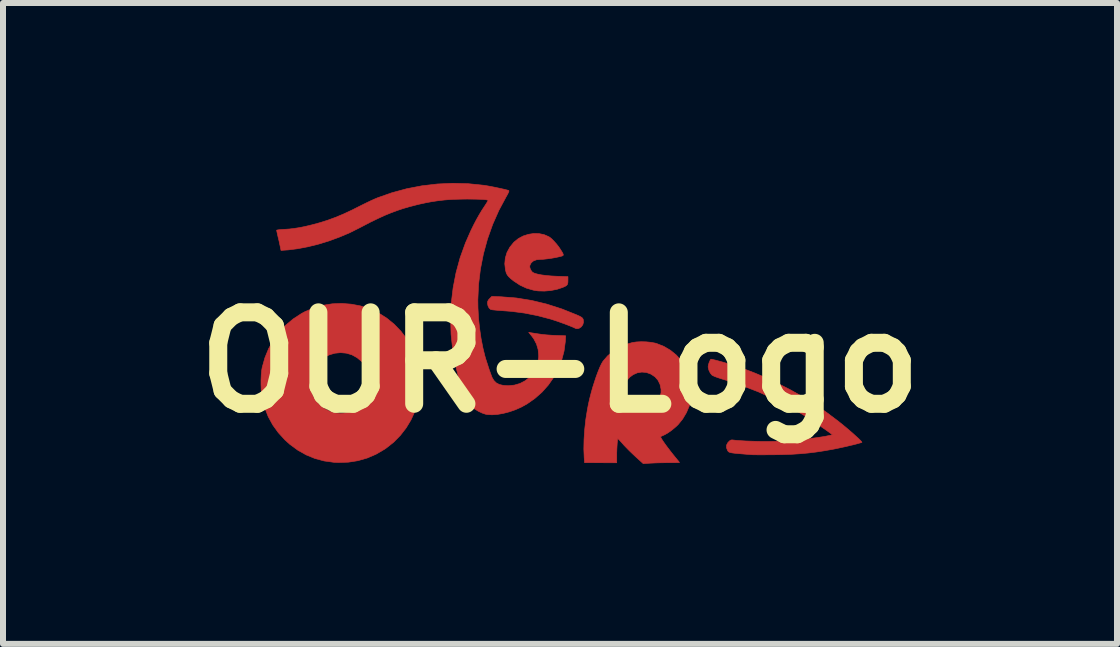
<source format=kicad_pcb>
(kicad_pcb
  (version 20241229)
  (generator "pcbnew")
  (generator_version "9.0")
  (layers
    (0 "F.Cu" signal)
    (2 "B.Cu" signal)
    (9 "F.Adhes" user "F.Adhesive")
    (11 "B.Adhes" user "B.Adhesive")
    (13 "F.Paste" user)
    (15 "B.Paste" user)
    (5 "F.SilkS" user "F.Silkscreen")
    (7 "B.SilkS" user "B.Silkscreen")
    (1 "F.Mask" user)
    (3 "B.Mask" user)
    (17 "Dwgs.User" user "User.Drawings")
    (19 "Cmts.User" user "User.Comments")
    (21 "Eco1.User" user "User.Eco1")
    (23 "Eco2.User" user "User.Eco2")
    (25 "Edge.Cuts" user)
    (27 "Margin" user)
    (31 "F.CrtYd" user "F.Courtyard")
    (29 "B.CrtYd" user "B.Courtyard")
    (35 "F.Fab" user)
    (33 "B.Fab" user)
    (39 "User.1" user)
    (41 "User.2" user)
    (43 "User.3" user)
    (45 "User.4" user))
  (footprint "OUR-Logo"
    (layer "F.Cu")
    (at 6.285 2.991)
    (property "Reference" "OUR-Logo" (at 0 0 0) (layer "F.SilkS") (effects (font (size 1.524 1.524) (thickness 0.3))))
    (attr through_hole)
    (fp_poly (pts (xy -0.982 -1.094) (xy -0.728 -1.074) (xy -0.474 -1.033) (xy -0.221 -0.972) (xy 0.031 -0.891) (xy 0.276 -0.793) (xy 0.321 -0.773) (xy 0.351 -0.757) (xy 0.369 -0.744) (xy 0.38 -0.73) (xy 0.387 -0.715) (xy 0.391 -0.671) (xy 0.38 -0.629) (xy 0.354 -0.593) (xy 0.318 -0.569) (xy 0.299 -0.564) (xy 0.273 -0.563) (xy 0.254 -0.569) (xy 0.233 -0.58) (xy 0.197 -0.595) (xy 0.148 -0.615) (xy 0.091 -0.637) (xy 0.03 -0.659) (xy -0.033 -0.682) (xy -0.093 -0.702) (xy -0.147 -0.719) (xy -0.152 -0.721) (xy -0.372 -0.779) (xy -0.589 -0.822) (xy -0.811 -0.851) (xy -0.969 -0.863) (xy -1.027 -0.867) (xy -1.079 -0.872) (xy -1.121 -0.876) (xy -1.149 -0.881) (xy -1.158 -0.884) (xy -1.183 -0.907) (xy -1.201 -0.943) (xy -1.209 -0.985) (xy -1.209 -0.991) (xy -1.205 -1.02) (xy -1.19 -1.046) (xy -1.173 -1.064) (xy -1.137 -1.1) (xy -0.982 -1.094)) (stroke (width 0.01) (type solid)) (fill yes) (layer "F.Cu"))
    (fp_poly (pts (xy -0.35 -2.147) (xy -0.266 -2.13) (xy -0.188 -2.096) (xy -0.17 -2.085) (xy -0.137 -2.058) (xy -0.099 -2.019) (xy -0.058 -1.973) (xy -0.019 -1.923) (xy 0.013 -1.874) (xy 0.017 -1.868) (xy 0.041 -1.829) (xy 0.053 -1.803) (xy 0.054 -1.787) (xy 0.042 -1.777) (xy 0.017 -1.769) (xy -0.003 -1.764) (xy -0.07 -1.749) (xy -0.144 -1.736) (xy -0.216 -1.726) (xy -0.281 -1.719) (xy -0.325 -1.717) (xy -0.392 -1.711) (xy -0.443 -1.692) (xy -0.479 -1.662) (xy -0.492 -1.64) (xy -0.504 -1.612) (xy -0.505 -1.59) (xy -0.497 -1.562) (xy -0.497 -1.561) (xy -0.481 -1.53) (xy -0.461 -1.505) (xy -0.457 -1.502) (xy -0.425 -1.486) (xy -0.376 -1.472) (xy -0.311 -1.459) (xy -0.234 -1.449) (xy -0.147 -1.441) (xy -0.052 -1.436) (xy -0.048 -1.436) (xy 0.132 -1.43) (xy 0.132 -1.378) (xy 0.131 -1.334) (xy 0.125 -1.304) (xy 0.11 -1.284) (xy 0.083 -1.267) (xy 0.047 -1.251) (xy -0.049 -1.219) (xy -0.154 -1.198) (xy -0.262 -1.189) (xy -0.366 -1.192) (xy -0.442 -1.204) (xy -0.56 -1.238) (xy -0.667 -1.288) (xy -0.769 -1.355) (xy -0.772 -1.357) (xy -0.821 -1.396) (xy -0.856 -1.429) (xy -0.88 -1.459) (xy -0.896 -1.492) (xy -0.907 -1.531) (xy -0.91 -1.545) (xy -0.921 -1.643) (xy -0.912 -1.74) (xy -0.884 -1.833) (xy -0.837 -1.92) (xy -0.773 -1.999) (xy -0.765 -2.007) (xy -0.695 -2.064) (xy -0.615 -2.107) (xy -0.528 -2.135) (xy -0.439 -2.149) (xy -0.35 -2.147)) (stroke (width 0.01) (type solid)) (fill yes) (layer "F.Cu"))
    (fp_poly (pts (xy -3.481 -0.971) (xy -3.326 -0.942) (xy -3.175 -0.893) (xy -3.031 -0.827) (xy -3.02 -0.821) (xy -2.886 -0.736) (xy -2.764 -0.636) (xy -2.653 -0.521) (xy -2.557 -0.395) (xy -2.476 -0.258) (xy -2.412 -0.114) (xy -2.367 0.035) (xy -2.339 0.195) (xy -2.331 0.354) (xy -2.342 0.512) (xy -2.372 0.666) (xy -2.419 0.815) (xy -2.484 0.958) (xy -2.565 1.092) (xy -2.662 1.217) (xy -2.774 1.331) (xy -2.901 1.431) (xy -2.926 1.448) (xy -3.068 1.531) (xy -3.215 1.594) (xy -3.369 1.638) (xy -3.528 1.663) (xy -3.694 1.668) (xy -3.77 1.665) (xy -3.93 1.643) (xy -4.084 1.602) (xy -4.231 1.542) (xy -4.371 1.463) (xy -4.503 1.366) (xy -4.584 1.293) (xy -4.695 1.172) (xy -4.788 1.043) (xy -4.864 0.904) (xy -4.923 0.754) (xy -4.965 0.599) (xy -4.975 0.537) (xy -4.981 0.46) (xy -4.983 0.391) (xy -4.164 0.391) (xy -4.15 0.472) (xy -4.116 0.562) (xy -4.066 0.644) (xy -4.001 0.714) (xy -3.924 0.772) (xy -3.838 0.816) (xy -3.744 0.843) (xy -3.663 0.852) (xy -3.637 0.85) (xy -3.6 0.845) (xy -3.561 0.838) (xy -3.463 0.808) (xy -3.375 0.761) (xy -3.3 0.698) (xy -3.238 0.622) (xy -3.191 0.533) (xy -3.181 0.506) (xy -3.158 0.409) (xy -3.155 0.312) (xy -3.17 0.217) (xy -3.204 0.126) (xy -3.256 0.042) (xy -3.306 -0.015) (xy -3.385 -0.08) (xy -3.47 -0.127) (xy -3.561 -0.154) (xy -3.658 -0.163) (xy -3.755 -0.153) (xy -3.847 -0.126) (xy -3.929 -0.083) (xy -4.002 -0.027) (xy -4.063 0.041) (xy -4.112 0.119) (xy -4.146 0.204) (xy -4.164 0.295) (xy -4.164 0.391) (xy -4.983 0.391) (xy -4.984 0.376) (xy -4.984 0.289) (xy -4.98 0.205) (xy -4.973 0.131) (xy -4.964 0.081) (xy -4.919 -0.079) (xy -4.857 -0.23) (xy -4.778 -0.372) (xy -4.683 -0.502) (xy -4.573 -0.62) (xy -4.449 -0.724) (xy -4.313 -0.813) (xy -4.248 -0.848) (xy -4.103 -0.909) (xy -3.952 -0.952) (xy -3.796 -0.977) (xy -3.638 -0.983) (xy -3.481 -0.971)) (stroke (width 0.01) (type solid)) (fill yes) (layer "F.Cu"))
    (fp_poly (pts (xy 2.528 -0.052) (xy 2.556 -0.046) (xy 2.598 -0.036) (xy 2.65 -0.022) (xy 2.708 -0.006) (xy 2.713 -0.005) (xy 2.902 0.053) (xy 3.08 0.113) (xy 3.252 0.179) (xy 3.425 0.253) (xy 3.606 0.338) (xy 3.632 0.351) (xy 3.853 0.464) (xy 4.058 0.58) (xy 4.254 0.702) (xy 4.445 0.835) (xy 4.638 0.98) (xy 4.665 1.002) (xy 4.722 1.048) (xy 4.779 1.095) (xy 4.835 1.143) (xy 4.888 1.189) (xy 4.935 1.232) (xy 4.976 1.269) (xy 5.007 1.3) (xy 5.026 1.321) (xy 5.032 1.332) (xy 5.032 1.332) (xy 5.019 1.337) (xy 4.989 1.346) (xy 4.946 1.358) (xy 4.892 1.372) (xy 4.831 1.386) (xy 4.766 1.402) (xy 4.7 1.416) (xy 4.636 1.43) (xy 4.578 1.442) (xy 4.552 1.447) (xy 4.405 1.473) (xy 4.268 1.494) (xy 4.137 1.51) (xy 4.005 1.522) (xy 3.869 1.531) (xy 3.722 1.536) (xy 3.576 1.539) (xy 3.495 1.539) (xy 3.418 1.54) (xy 3.348 1.54) (xy 3.289 1.54) (xy 3.243 1.539) (xy 3.212 1.539) (xy 3.205 1.538) (xy 3.107 1.531) (xy 3.026 1.524) (xy 2.962 1.519) (xy 2.911 1.514) (xy 2.874 1.509) (xy 2.846 1.504) (xy 2.826 1.498) (xy 2.813 1.492) (xy 2.804 1.485) (xy 2.797 1.475) (xy 2.793 1.469) (xy 2.775 1.423) (xy 2.776 1.378) (xy 2.798 1.336) (xy 2.81 1.324) (xy 2.833 1.302) (xy 2.852 1.293) (xy 2.875 1.292) (xy 2.89 1.294) (xy 2.944 1.3) (xy 3.014 1.305) (xy 3.096 1.31) (xy 3.187 1.313) (xy 3.281 1.316) (xy 3.375 1.318) (xy 3.464 1.318) (xy 3.545 1.317) (xy 3.566 1.317) (xy 3.71 1.31) (xy 3.859 1.3) (xy 4.007 1.287) (xy 4.152 1.271) (xy 4.288 1.253) (xy 4.411 1.234) (xy 4.494 1.217) (xy 4.543 1.207) (xy 4.453 1.141) (xy 4.183 0.954) (xy 3.901 0.782) (xy 3.607 0.628) (xy 3.302 0.489) (xy 2.987 0.368) (xy 2.693 0.274) (xy 2.631 0.254) (xy 2.581 0.236) (xy 2.547 0.22) (xy 2.532 0.211) (xy 2.503 0.175) (xy 2.481 0.129) (xy 2.47 0.083) (xy 2.469 0.071) (xy 2.473 0.043) (xy 2.483 0.009) (xy 2.496 -0.023) (xy 2.509 -0.047) (xy 2.516 -0.054) (xy 2.528 -0.052)) (stroke (width 0.01) (type solid)) (fill yes) (layer "F.Cu"))
    (fp_poly (pts (xy 1.434 -0.343) (xy 1.514 -0.335) (xy 1.585 -0.322) (xy 1.61 -0.315) (xy 1.731 -0.267) (xy 1.841 -0.202) (xy 1.939 -0.122) (xy 2.024 -0.027) (xy 2.094 0.08) (xy 2.147 0.198) (xy 2.156 0.223) (xy 2.169 0.262) (xy 2.178 0.295) (xy 2.183 0.325) (xy 2.186 0.36) (xy 2.188 0.403) (xy 2.188 0.46) (xy 2.188 0.472) (xy 2.188 0.532) (xy 2.187 0.577) (xy 2.185 0.612) (xy 2.18 0.642) (xy 2.172 0.673) (xy 2.16 0.708) (xy 2.156 0.721) (xy 2.107 0.837) (xy 2.044 0.943) (xy 1.969 1.036) (xy 1.961 1.044) (xy 1.915 1.086) (xy 1.863 1.129) (xy 1.808 1.168) (xy 1.757 1.199) (xy 1.714 1.22) (xy 1.711 1.221) (xy 1.688 1.231) (xy 1.677 1.241) (xy 1.676 1.242) (xy 1.683 1.257) (xy 1.7 1.286) (xy 1.726 1.325) (xy 1.759 1.372) (xy 1.798 1.424) (xy 1.84 1.479) (xy 1.884 1.535) (xy 1.922 1.582) (xy 1.95 1.616) (xy 1.973 1.644) (xy 1.988 1.663) (xy 1.991 1.668) (xy 1.982 1.669) (xy 1.955 1.67) (xy 1.914 1.671) (xy 1.863 1.671) (xy 1.811 1.671) (xy 1.741 1.672) (xy 1.667 1.673) (xy 1.595 1.675) (xy 1.534 1.678) (xy 1.509 1.679) (xy 1.387 1.687) (xy 1.26 1.572) (xy 1.209 1.524) (xy 1.156 1.473) (xy 1.106 1.422) (xy 1.064 1.378) (xy 1.052 1.364) (xy 1.02 1.328) (xy 0.993 1.299) (xy 0.973 1.279) (xy 0.964 1.271) (xy 0.964 1.271) (xy 0.96 1.28) (xy 0.957 1.306) (xy 0.953 1.345) (xy 0.95 1.394) (xy 0.947 1.449) (xy 0.945 1.508) (xy 0.945 1.565) (xy 0.945 1.673) (xy 0.409 1.671) (xy 0.403 1.59) (xy 0.397 1.446) (xy 0.4 1.288) (xy 0.411 1.121) (xy 0.43 0.948) (xy 0.458 0.775) (xy 0.474 0.693) (xy 0.494 0.604) (xy 0.518 0.51) (xy 0.528 0.474) (xy 1.064 0.474) (xy 1.072 0.551) (xy 1.099 0.619) (xy 1.144 0.68) (xy 1.169 0.705) (xy 1.217 0.742) (xy 1.264 0.766) (xy 1.316 0.777) (xy 1.381 0.779) (xy 1.387 0.779) (xy 1.434 0.776) (xy 1.47 0.769) (xy 1.502 0.757) (xy 1.523 0.746) (xy 1.585 0.702) (xy 1.634 0.644) (xy 1.667 0.576) (xy 1.684 0.502) (xy 1.684 0.447) (xy 1.667 0.367) (xy 1.634 0.299) (xy 1.584 0.241) (xy 1.517 0.196) (xy 1.512 0.194) (xy 1.438 0.167) (xy 1.363 0.161) (xy 1.289 0.173) (xy 1.219 0.204) (xy 1.164 0.245) (xy 1.114 0.301) (xy 1.082 0.361) (xy 1.066 0.43) (xy 1.064 0.474) (xy 0.528 0.474) (xy 0.545 0.414) (xy 0.575 0.32) (xy 0.605 0.23) (xy 0.636 0.148) (xy 0.665 0.077) (xy 0.693 0.019) (xy 0.717 -0.021) (xy 0.718 -0.022) (xy 0.793 -0.109) (xy 0.883 -0.185) (xy 0.986 -0.249) (xy 1.098 -0.299) (xy 1.205 -0.331) (xy 1.272 -0.341) (xy 1.351 -0.345) (xy 1.434 -0.343)) (stroke (width 0.01) (type solid)) (fill yes) (layer "F.Cu"))
    (fp_poly (pts (xy -1.529 -2.979) (xy -1.273 -2.953) (xy -1.234 -2.947) (xy -1.194 -2.94) (xy -1.144 -2.931) (xy -1.089 -2.92) (xy -1.032 -2.908) (xy -0.977 -2.896) (xy -0.927 -2.885) (xy -0.888 -2.875) (xy -0.862 -2.868) (xy -0.854 -2.865) (xy -0.851 -2.856) (xy -0.858 -2.836) (xy -0.874 -2.803) (xy -0.899 -2.759) (xy -1.019 -2.535) (xy -1.123 -2.3) (xy -1.209 -2.058) (xy -1.277 -1.809) (xy -1.327 -1.555) (xy -1.358 -1.299) (xy -1.37 -1.043) (xy -1.368 -0.909) (xy -1.359 -0.741) (xy -1.341 -0.57) (xy -1.317 -0.403) (xy -1.286 -0.244) (xy -1.254 -0.113) (xy -1.24 -0.063) (xy -1.221 -0.005) (xy -1.201 0.057) (xy -1.181 0.119) (xy -1.161 0.175) (xy -1.144 0.221) (xy -1.133 0.25) (xy -1.102 0.302) (xy -1.063 0.341) (xy -1.011 0.368) (xy -0.946 0.383) (xy -0.864 0.388) (xy -0.86 0.388) (xy -0.76 0.378) (xy -0.667 0.351) (xy -0.583 0.307) (xy -0.509 0.249) (xy -0.448 0.178) (xy -0.401 0.097) (xy -0.37 0.006) (xy -0.356 -0.092) (xy -0.356 -0.116) (xy -0.365 -0.215) (xy -0.392 -0.306) (xy -0.437 -0.392) (xy -0.475 -0.444) (xy -0.522 -0.501) (xy -0.482 -0.494) (xy -0.386 -0.479) (xy -0.303 -0.467) (xy -0.225 -0.459) (xy -0.143 -0.453) (xy -0.077 -0.45) (xy 0.094 -0.444) (xy 0.088 -0.346) (xy 0.067 -0.189) (xy 0.027 -0.037) (xy -0.031 0.109) (xy -0.105 0.248) (xy -0.195 0.377) (xy -0.3 0.495) (xy -0.419 0.6) (xy -0.55 0.692) (xy -0.648 0.746) (xy -0.745 0.789) (xy -0.846 0.824) (xy -0.947 0.85) (xy -1.045 0.867) (xy -1.135 0.873) (xy -1.214 0.868) (xy -1.243 0.863) (xy -1.301 0.843) (xy -1.365 0.812) (xy -1.425 0.774) (xy -1.441 0.761) (xy -1.48 0.726) (xy -1.516 0.684) (xy -1.549 0.634) (xy -1.58 0.572) (xy -1.611 0.498) (xy -1.643 0.408) (xy -1.677 0.3) (xy -1.677 0.3) (xy -1.743 0.046) (xy -1.789 -0.21) (xy -1.816 -0.469) (xy -1.824 -0.728) (xy -1.813 -0.987) (xy -1.782 -1.244) (xy -1.733 -1.497) (xy -1.665 -1.746) (xy -1.577 -1.99) (xy -1.487 -2.195) (xy -1.438 -2.295) (xy -1.393 -2.381) (xy -1.349 -2.459) (xy -1.304 -2.534) (xy -1.258 -2.604) (xy -1.234 -2.641) (xy -1.214 -2.673) (xy -1.202 -2.694) (xy -1.199 -2.701) (xy -1.209 -2.707) (xy -1.236 -2.712) (xy -1.278 -2.716) (xy -1.333 -2.719) (xy -1.398 -2.721) (xy -1.47 -2.722) (xy -1.547 -2.723) (xy -1.625 -2.722) (xy -1.703 -2.72) (xy -1.778 -2.718) (xy -1.847 -2.714) (xy -1.908 -2.709) (xy -1.923 -2.708) (xy -2.035 -2.695) (xy -2.136 -2.68) (xy -2.233 -2.662) (xy -2.335 -2.64) (xy -2.393 -2.626) (xy -2.508 -2.596) (xy -2.616 -2.565) (xy -2.72 -2.53) (xy -2.824 -2.491) (xy -2.931 -2.447) (xy -3.043 -2.395) (xy -3.165 -2.336) (xy -3.299 -2.266) (xy -3.353 -2.238) (xy -3.511 -2.159) (xy -3.68 -2.088) (xy -3.854 -2.024) (xy -4.031 -1.97) (xy -4.206 -1.927) (xy -4.374 -1.895) (xy -4.533 -1.875) (xy -4.553 -1.874) (xy -4.651 -1.867) (xy -4.663 -1.927) (xy -4.671 -1.963) (xy -4.681 -2.011) (xy -4.693 -2.064) (xy -4.7 -2.091) (xy -4.71 -2.135) (xy -4.718 -2.172) (xy -4.723 -2.196) (xy -4.724 -2.204) (xy -4.715 -2.207) (xy -4.689 -2.211) (xy -4.65 -2.215) (xy -4.603 -2.218) (xy -4.595 -2.218) (xy -4.509 -2.224) (xy -4.427 -2.234) (xy -4.344 -2.247) (xy -4.253 -2.265) (xy -4.149 -2.29) (xy -4.144 -2.291) (xy -4.003 -2.329) (xy -3.87 -2.371) (xy -3.74 -2.419) (xy -3.608 -2.474) (xy -3.469 -2.539) (xy -3.364 -2.592) (xy -3.296 -2.626) (xy -3.225 -2.661) (xy -3.156 -2.694) (xy -3.094 -2.722) (xy -3.044 -2.743) (xy -3.042 -2.744) (xy -2.803 -2.828) (xy -2.556 -2.895) (xy -2.302 -2.944) (xy -2.046 -2.974) (xy -1.787 -2.986) (xy -1.529 -2.979)) (stroke (width 0.01) (type solid)) (fill yes) (layer "F.Cu")))
  (gr_rect
    (start -3 -3)
    (end 15.569 7.683)
    (stroke (width 0.1) (type default))
    (fill no)
    (layer "Edge.Cuts")))
</source>
